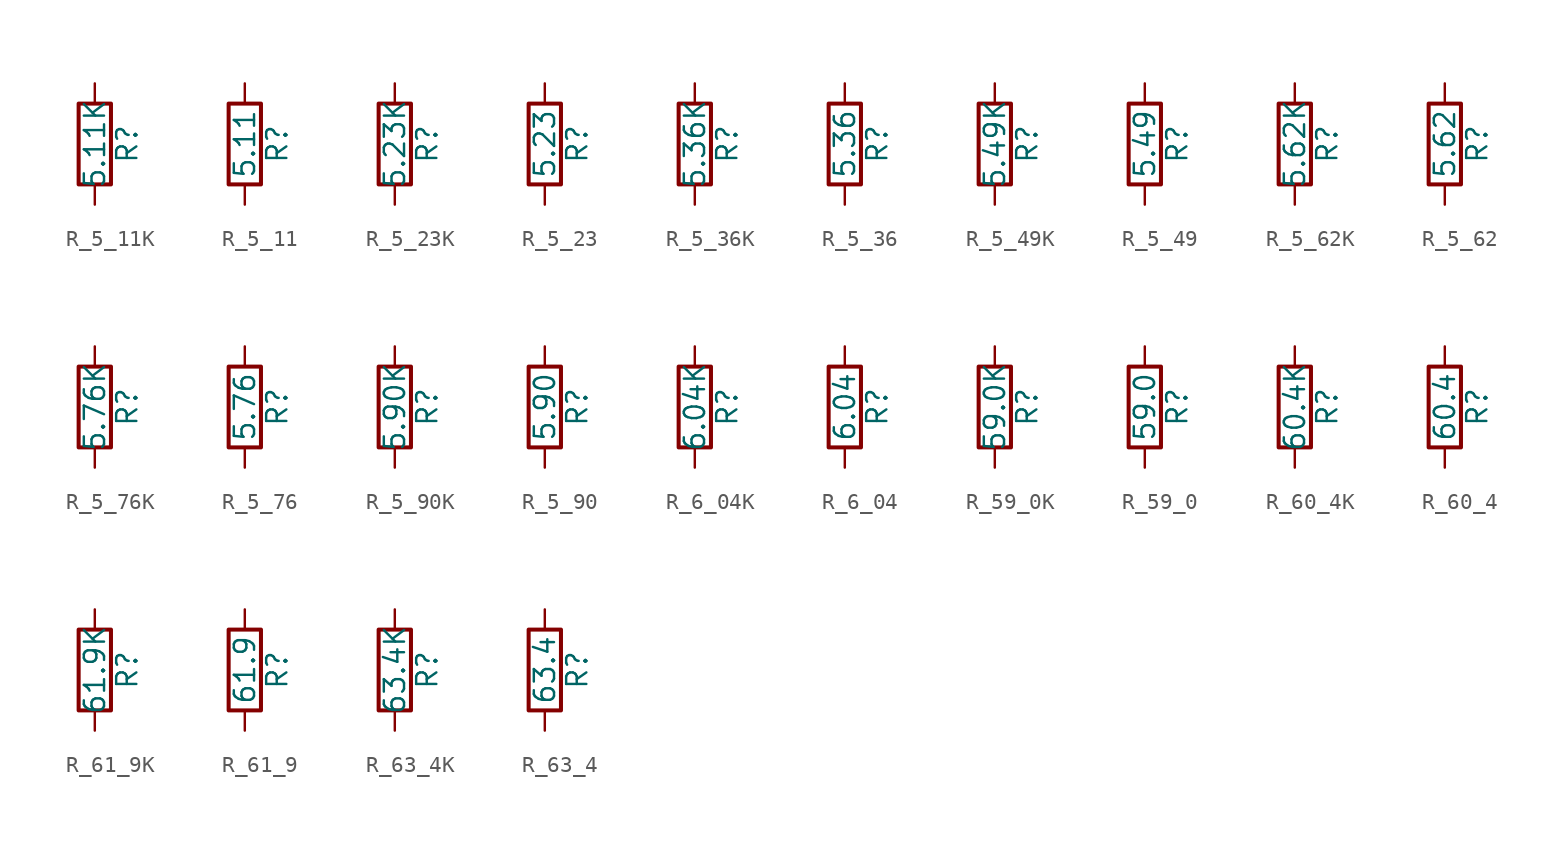
<source format=kicad_sym>
(kicad_symbol_lib
  (version 20211014)
  (generator atlantix-eda)
  (symbol "R_5_11K"
    (pin_numbers hide)
    (pin_names
      (offset 0))
    (property "Reference" "R"
      (at 2.032 0 90)
      (effects (font (size 1.27 1.27))))
    (property "Value" "5.11K"
      (at 0 0 90)
      (effects (font (size 1.27 1.27))))
    (symbol "R_5_11K_0_1"
      (rectangle (start -1.016 -2.54) (end 1.016 2.54) (stroke (width 0.254) (type default) (color 0 0 0 0)) (fill (type none))))
    (symbol "R_5_11K_1_1"
      (pin passive line (at 0 3.81 270) (length 1.27) (name "~" (effects (font (size 1.27 1.27)))) (number "1" (effects (font (size 1.27 1.27)))))
      (pin passive line (at 0 -3.81 90) (length 1.27) (name "~" (effects (font (size 1.27 1.27)))) (number "2" (effects (font (size 1.27 1.27)))))))
  (symbol "R_5_11"
    (pin_numbers hide)
    (pin_names
      (offset 0))
    (property "Reference" "R"
      (at 2.032 0 90)
      (effects (font (size 1.27 1.27))))
    (property "Value" "5.11"
      (at 0 0 90)
      (effects (font (size 1.27 1.27))))
    (symbol "R_5_11_0_1"
      (rectangle (start -1.016 -2.54) (end 1.016 2.54) (stroke (width 0.254) (type default) (color 0 0 0 0)) (fill (type none))))
    (symbol "R_5_11_1_1"
      (pin passive line (at 0 3.81 270) (length 1.27) (name "~" (effects (font (size 1.27 1.27)))) (number "1" (effects (font (size 1.27 1.27)))))
      (pin passive line (at 0 -3.81 90) (length 1.27) (name "~" (effects (font (size 1.27 1.27)))) (number "2" (effects (font (size 1.27 1.27)))))))
  (symbol "R_5_23K"
    (pin_numbers hide)
    (pin_names
      (offset 0))
    (property "Reference" "R"
      (at 2.032 0 90)
      (effects (font (size 1.27 1.27))))
    (property "Value" "5.23K"
      (at 0 0 90)
      (effects (font (size 1.27 1.27))))
    (symbol "R_5_23K_0_1"
      (rectangle (start -1.016 -2.54) (end 1.016 2.54) (stroke (width 0.254) (type default) (color 0 0 0 0)) (fill (type none))))
    (symbol "R_5_23K_1_1"
      (pin passive line (at 0 3.81 270) (length 1.27) (name "~" (effects (font (size 1.27 1.27)))) (number "1" (effects (font (size 1.27 1.27)))))
      (pin passive line (at 0 -3.81 90) (length 1.27) (name "~" (effects (font (size 1.27 1.27)))) (number "2" (effects (font (size 1.27 1.27)))))))
  (symbol "R_5_23"
    (pin_numbers hide)
    (pin_names
      (offset 0))
    (property "Reference" "R"
      (at 2.032 0 90)
      (effects (font (size 1.27 1.27))))
    (property "Value" "5.23"
      (at 0 0 90)
      (effects (font (size 1.27 1.27))))
    (symbol "R_5_23_0_1"
      (rectangle (start -1.016 -2.54) (end 1.016 2.54) (stroke (width 0.254) (type default) (color 0 0 0 0)) (fill (type none))))
    (symbol "R_5_23_1_1"
      (pin passive line (at 0 3.81 270) (length 1.27) (name "~" (effects (font (size 1.27 1.27)))) (number "1" (effects (font (size 1.27 1.27)))))
      (pin passive line (at 0 -3.81 90) (length 1.27) (name "~" (effects (font (size 1.27 1.27)))) (number "2" (effects (font (size 1.27 1.27)))))))
  (symbol "R_5_36K"
    (pin_numbers hide)
    (pin_names
      (offset 0))
    (property "Reference" "R"
      (at 2.032 0 90)
      (effects (font (size 1.27 1.27))))
    (property "Value" "5.36K"
      (at 0 0 90)
      (effects (font (size 1.27 1.27))))
    (symbol "R_5_36K_0_1"
      (rectangle (start -1.016 -2.54) (end 1.016 2.54) (stroke (width 0.254) (type default) (color 0 0 0 0)) (fill (type none))))
    (symbol "R_5_36K_1_1"
      (pin passive line (at 0 3.81 270) (length 1.27) (name "~" (effects (font (size 1.27 1.27)))) (number "1" (effects (font (size 1.27 1.27)))))
      (pin passive line (at 0 -3.81 90) (length 1.27) (name "~" (effects (font (size 1.27 1.27)))) (number "2" (effects (font (size 1.27 1.27)))))))
  (symbol "R_5_36"
    (pin_numbers hide)
    (pin_names
      (offset 0))
    (property "Reference" "R"
      (at 2.032 0 90)
      (effects (font (size 1.27 1.27))))
    (property "Value" "5.36"
      (at 0 0 90)
      (effects (font (size 1.27 1.27))))
    (symbol "R_5_36_0_1"
      (rectangle (start -1.016 -2.54) (end 1.016 2.54) (stroke (width 0.254) (type default) (color 0 0 0 0)) (fill (type none))))
    (symbol "R_5_36_1_1"
      (pin passive line (at 0 3.81 270) (length 1.27) (name "~" (effects (font (size 1.27 1.27)))) (number "1" (effects (font (size 1.27 1.27)))))
      (pin passive line (at 0 -3.81 90) (length 1.27) (name "~" (effects (font (size 1.27 1.27)))) (number "2" (effects (font (size 1.27 1.27)))))))
  (symbol "R_5_49K"
    (pin_numbers hide)
    (pin_names
      (offset 0))
    (property "Reference" "R"
      (at 2.032 0 90)
      (effects (font (size 1.27 1.27))))
    (property "Value" "5.49K"
      (at 0 0 90)
      (effects (font (size 1.27 1.27))))
    (symbol "R_5_49K_0_1"
      (rectangle (start -1.016 -2.54) (end 1.016 2.54) (stroke (width 0.254) (type default) (color 0 0 0 0)) (fill (type none))))
    (symbol "R_5_49K_1_1"
      (pin passive line (at 0 3.81 270) (length 1.27) (name "~" (effects (font (size 1.27 1.27)))) (number "1" (effects (font (size 1.27 1.27)))))
      (pin passive line (at 0 -3.81 90) (length 1.27) (name "~" (effects (font (size 1.27 1.27)))) (number "2" (effects (font (size 1.27 1.27)))))))
  (symbol "R_5_49"
    (pin_numbers hide)
    (pin_names
      (offset 0))
    (property "Reference" "R"
      (at 2.032 0 90)
      (effects (font (size 1.27 1.27))))
    (property "Value" "5.49"
      (at 0 0 90)
      (effects (font (size 1.27 1.27))))
    (symbol "R_5_49_0_1"
      (rectangle (start -1.016 -2.54) (end 1.016 2.54) (stroke (width 0.254) (type default) (color 0 0 0 0)) (fill (type none))))
    (symbol "R_5_49_1_1"
      (pin passive line (at 0 3.81 270) (length 1.27) (name "~" (effects (font (size 1.27 1.27)))) (number "1" (effects (font (size 1.27 1.27)))))
      (pin passive line (at 0 -3.81 90) (length 1.27) (name "~" (effects (font (size 1.27 1.27)))) (number "2" (effects (font (size 1.27 1.27)))))))
  (symbol "R_5_62K"
    (pin_numbers hide)
    (pin_names
      (offset 0))
    (property "Reference" "R"
      (at 2.032 0 90)
      (effects (font (size 1.27 1.27))))
    (property "Value" "5.62K"
      (at 0 0 90)
      (effects (font (size 1.27 1.27))))
    (symbol "R_5_62K_0_1"
      (rectangle (start -1.016 -2.54) (end 1.016 2.54) (stroke (width 0.254) (type default) (color 0 0 0 0)) (fill (type none))))
    (symbol "R_5_62K_1_1"
      (pin passive line (at 0 3.81 270) (length 1.27) (name "~" (effects (font (size 1.27 1.27)))) (number "1" (effects (font (size 1.27 1.27)))))
      (pin passive line (at 0 -3.81 90) (length 1.27) (name "~" (effects (font (size 1.27 1.27)))) (number "2" (effects (font (size 1.27 1.27)))))))
  (symbol "R_5_62"
    (pin_numbers hide)
    (pin_names
      (offset 0))
    (property "Reference" "R"
      (at 2.032 0 90)
      (effects (font (size 1.27 1.27))))
    (property "Value" "5.62"
      (at 0 0 90)
      (effects (font (size 1.27 1.27))))
    (symbol "R_5_62_0_1"
      (rectangle (start -1.016 -2.54) (end 1.016 2.54) (stroke (width 0.254) (type default) (color 0 0 0 0)) (fill (type none))))
    (symbol "R_5_62_1_1"
      (pin passive line (at 0 3.81 270) (length 1.27) (name "~" (effects (font (size 1.27 1.27)))) (number "1" (effects (font (size 1.27 1.27)))))
      (pin passive line (at 0 -3.81 90) (length 1.27) (name "~" (effects (font (size 1.27 1.27)))) (number "2" (effects (font (size 1.27 1.27)))))))
  (symbol "R_5_76K"
    (pin_numbers hide)
    (pin_names
      (offset 0))
    (property "Reference" "R"
      (at 2.032 0 90)
      (effects (font (size 1.27 1.27))))
    (property "Value" "5.76K"
      (at 0 0 90)
      (effects (font (size 1.27 1.27))))
    (symbol "R_5_76K_0_1"
      (rectangle (start -1.016 -2.54) (end 1.016 2.54) (stroke (width 0.254) (type default) (color 0 0 0 0)) (fill (type none))))
    (symbol "R_5_76K_1_1"
      (pin passive line (at 0 3.81 270) (length 1.27) (name "~" (effects (font (size 1.27 1.27)))) (number "1" (effects (font (size 1.27 1.27)))))
      (pin passive line (at 0 -3.81 90) (length 1.27) (name "~" (effects (font (size 1.27 1.27)))) (number "2" (effects (font (size 1.27 1.27)))))))
  (symbol "R_5_76"
    (pin_numbers hide)
    (pin_names
      (offset 0))
    (property "Reference" "R"
      (at 2.032 0 90)
      (effects (font (size 1.27 1.27))))
    (property "Value" "5.76"
      (at 0 0 90)
      (effects (font (size 1.27 1.27))))
    (symbol "R_5_76_0_1"
      (rectangle (start -1.016 -2.54) (end 1.016 2.54) (stroke (width 0.254) (type default) (color 0 0 0 0)) (fill (type none))))
    (symbol "R_5_76_1_1"
      (pin passive line (at 0 3.81 270) (length 1.27) (name "~" (effects (font (size 1.27 1.27)))) (number "1" (effects (font (size 1.27 1.27)))))
      (pin passive line (at 0 -3.81 90) (length 1.27) (name "~" (effects (font (size 1.27 1.27)))) (number "2" (effects (font (size 1.27 1.27)))))))
  (symbol "R_5_90K"
    (pin_numbers hide)
    (pin_names
      (offset 0))
    (property "Reference" "R"
      (at 2.032 0 90)
      (effects (font (size 1.27 1.27))))
    (property "Value" "5.90K"
      (at 0 0 90)
      (effects (font (size 1.27 1.27))))
    (symbol "R_5_90K_0_1"
      (rectangle (start -1.016 -2.54) (end 1.016 2.54) (stroke (width 0.254) (type default) (color 0 0 0 0)) (fill (type none))))
    (symbol "R_5_90K_1_1"
      (pin passive line (at 0 3.81 270) (length 1.27) (name "~" (effects (font (size 1.27 1.27)))) (number "1" (effects (font (size 1.27 1.27)))))
      (pin passive line (at 0 -3.81 90) (length 1.27) (name "~" (effects (font (size 1.27 1.27)))) (number "2" (effects (font (size 1.27 1.27)))))))
  (symbol "R_5_90"
    (pin_numbers hide)
    (pin_names
      (offset 0))
    (property "Reference" "R"
      (at 2.032 0 90)
      (effects (font (size 1.27 1.27))))
    (property "Value" "5.90"
      (at 0 0 90)
      (effects (font (size 1.27 1.27))))
    (symbol "R_5_90_0_1"
      (rectangle (start -1.016 -2.54) (end 1.016 2.54) (stroke (width 0.254) (type default) (color 0 0 0 0)) (fill (type none))))
    (symbol "R_5_90_1_1"
      (pin passive line (at 0 3.81 270) (length 1.27) (name "~" (effects (font (size 1.27 1.27)))) (number "1" (effects (font (size 1.27 1.27)))))
      (pin passive line (at 0 -3.81 90) (length 1.27) (name "~" (effects (font (size 1.27 1.27)))) (number "2" (effects (font (size 1.27 1.27)))))))
  (symbol "R_6_04K"
    (pin_numbers hide)
    (pin_names
      (offset 0))
    (property "Reference" "R"
      (at 2.032 0 90)
      (effects (font (size 1.27 1.27))))
    (property "Value" "6.04K"
      (at 0 0 90)
      (effects (font (size 1.27 1.27))))
    (symbol "R_6_04K_0_1"
      (rectangle (start -1.016 -2.54) (end 1.016 2.54) (stroke (width 0.254) (type default) (color 0 0 0 0)) (fill (type none))))
    (symbol "R_6_04K_1_1"
      (pin passive line (at 0 3.81 270) (length 1.27) (name "~" (effects (font (size 1.27 1.27)))) (number "1" (effects (font (size 1.27 1.27)))))
      (pin passive line (at 0 -3.81 90) (length 1.27) (name "~" (effects (font (size 1.27 1.27)))) (number "2" (effects (font (size 1.27 1.27)))))))
  (symbol "R_6_04"
    (pin_numbers hide)
    (pin_names
      (offset 0))
    (property "Reference" "R"
      (at 2.032 0 90)
      (effects (font (size 1.27 1.27))))
    (property "Value" "6.04"
      (at 0 0 90)
      (effects (font (size 1.27 1.27))))
    (symbol "R_6_04_0_1"
      (rectangle (start -1.016 -2.54) (end 1.016 2.54) (stroke (width 0.254) (type default) (color 0 0 0 0)) (fill (type none))))
    (symbol "R_6_04_1_1"
      (pin passive line (at 0 3.81 270) (length 1.27) (name "~" (effects (font (size 1.27 1.27)))) (number "1" (effects (font (size 1.27 1.27)))))
      (pin passive line (at 0 -3.81 90) (length 1.27) (name "~" (effects (font (size 1.27 1.27)))) (number "2" (effects (font (size 1.27 1.27)))))))
  (symbol "R_59_0K"
    (pin_numbers hide)
    (pin_names
      (offset 0))
    (property "Reference" "R"
      (at 2.032 0 90)
      (effects (font (size 1.27 1.27))))
    (property "Value" "59.0K"
      (at 0 0 90)
      (effects (font (size 1.27 1.27))))
    (symbol "R_59_0K_0_1"
      (rectangle (start -1.016 -2.54) (end 1.016 2.54) (stroke (width 0.254) (type default) (color 0 0 0 0)) (fill (type none))))
    (symbol "R_59_0K_1_1"
      (pin passive line (at 0 3.81 270) (length 1.27) (name "~" (effects (font (size 1.27 1.27)))) (number "1" (effects (font (size 1.27 1.27)))))
      (pin passive line (at 0 -3.81 90) (length 1.27) (name "~" (effects (font (size 1.27 1.27)))) (number "2" (effects (font (size 1.27 1.27)))))))
  (symbol "R_59_0"
    (pin_numbers hide)
    (pin_names
      (offset 0))
    (property "Reference" "R"
      (at 2.032 0 90)
      (effects (font (size 1.27 1.27))))
    (property "Value" "59.0"
      (at 0 0 90)
      (effects (font (size 1.27 1.27))))
    (symbol "R_59_0_0_1"
      (rectangle (start -1.016 -2.54) (end 1.016 2.54) (stroke (width 0.254) (type default) (color 0 0 0 0)) (fill (type none))))
    (symbol "R_59_0_1_1"
      (pin passive line (at 0 3.81 270) (length 1.27) (name "~" (effects (font (size 1.27 1.27)))) (number "1" (effects (font (size 1.27 1.27)))))
      (pin passive line (at 0 -3.81 90) (length 1.27) (name "~" (effects (font (size 1.27 1.27)))) (number "2" (effects (font (size 1.27 1.27)))))))
  (symbol "R_60_4K"
    (pin_numbers hide)
    (pin_names
      (offset 0))
    (property "Reference" "R"
      (at 2.032 0 90)
      (effects (font (size 1.27 1.27))))
    (property "Value" "60.4K"
      (at 0 0 90)
      (effects (font (size 1.27 1.27))))
    (symbol "R_60_4K_0_1"
      (rectangle (start -1.016 -2.54) (end 1.016 2.54) (stroke (width 0.254) (type default) (color 0 0 0 0)) (fill (type none))))
    (symbol "R_60_4K_1_1"
      (pin passive line (at 0 3.81 270) (length 1.27) (name "~" (effects (font (size 1.27 1.27)))) (number "1" (effects (font (size 1.27 1.27)))))
      (pin passive line (at 0 -3.81 90) (length 1.27) (name "~" (effects (font (size 1.27 1.27)))) (number "2" (effects (font (size 1.27 1.27)))))))
  (symbol "R_60_4"
    (pin_numbers hide)
    (pin_names
      (offset 0))
    (property "Reference" "R"
      (at 2.032 0 90)
      (effects (font (size 1.27 1.27))))
    (property "Value" "60.4"
      (at 0 0 90)
      (effects (font (size 1.27 1.27))))
    (symbol "R_60_4_0_1"
      (rectangle (start -1.016 -2.54) (end 1.016 2.54) (stroke (width 0.254) (type default) (color 0 0 0 0)) (fill (type none))))
    (symbol "R_60_4_1_1"
      (pin passive line (at 0 3.81 270) (length 1.27) (name "~" (effects (font (size 1.27 1.27)))) (number "1" (effects (font (size 1.27 1.27)))))
      (pin passive line (at 0 -3.81 90) (length 1.27) (name "~" (effects (font (size 1.27 1.27)))) (number "2" (effects (font (size 1.27 1.27)))))))
  (symbol "R_61_9K"
    (pin_numbers hide)
    (pin_names
      (offset 0))
    (property "Reference" "R"
      (at 2.032 0 90)
      (effects (font (size 1.27 1.27))))
    (property "Value" "61.9K"
      (at 0 0 90)
      (effects (font (size 1.27 1.27))))
    (symbol "R_61_9K_0_1"
      (rectangle (start -1.016 -2.54) (end 1.016 2.54) (stroke (width 0.254) (type default) (color 0 0 0 0)) (fill (type none))))
    (symbol "R_61_9K_1_1"
      (pin passive line (at 0 3.81 270) (length 1.27) (name "~" (effects (font (size 1.27 1.27)))) (number "1" (effects (font (size 1.27 1.27)))))
      (pin passive line (at 0 -3.81 90) (length 1.27) (name "~" (effects (font (size 1.27 1.27)))) (number "2" (effects (font (size 1.27 1.27)))))))
  (symbol "R_61_9"
    (pin_numbers hide)
    (pin_names
      (offset 0))
    (property "Reference" "R"
      (at 2.032 0 90)
      (effects (font (size 1.27 1.27))))
    (property "Value" "61.9"
      (at 0 0 90)
      (effects (font (size 1.27 1.27))))
    (symbol "R_61_9_0_1"
      (rectangle (start -1.016 -2.54) (end 1.016 2.54) (stroke (width 0.254) (type default) (color 0 0 0 0)) (fill (type none))))
    (symbol "R_61_9_1_1"
      (pin passive line (at 0 3.81 270) (length 1.27) (name "~" (effects (font (size 1.27 1.27)))) (number "1" (effects (font (size 1.27 1.27)))))
      (pin passive line (at 0 -3.81 90) (length 1.27) (name "~" (effects (font (size 1.27 1.27)))) (number "2" (effects (font (size 1.27 1.27)))))))
  (symbol "R_63_4K"
    (pin_numbers hide)
    (pin_names
      (offset 0))
    (property "Reference" "R"
      (at 2.032 0 90)
      (effects (font (size 1.27 1.27))))
    (property "Value" "63.4K"
      (at 0 0 90)
      (effects (font (size 1.27 1.27))))
    (symbol "R_63_4K_0_1"
      (rectangle (start -1.016 -2.54) (end 1.016 2.54) (stroke (width 0.254) (type default) (color 0 0 0 0)) (fill (type none))))
    (symbol "R_63_4K_1_1"
      (pin passive line (at 0 3.81 270) (length 1.27) (name "~" (effects (font (size 1.27 1.27)))) (number "1" (effects (font (size 1.27 1.27)))))
      (pin passive line (at 0 -3.81 90) (length 1.27) (name "~" (effects (font (size 1.27 1.27)))) (number "2" (effects (font (size 1.27 1.27)))))))
  (symbol "R_63_4"
    (pin_numbers hide)
    (pin_names
      (offset 0))
    (property "Reference" "R"
      (at 2.032 0 90)
      (effects (font (size 1.27 1.27))))
    (property "Value" "63.4"
      (at 0 0 90)
      (effects (font (size 1.27 1.27))))
    (symbol "R_63_4_0_1"
      (rectangle (start -1.016 -2.54) (end 1.016 2.54) (stroke (width 0.254) (type default) (color 0 0 0 0)) (fill (type none))))
    (symbol "R_63_4_1_1"
      (pin passive line (at 0 3.81 270) (length 1.27) (name "~" (effects (font (size 1.27 1.27)))) (number "1" (effects (font (size 1.27 1.27)))))
      (pin passive line (at 0 -3.81 90) (length 1.27) (name "~" (effects (font (size 1.27 1.27)))) (number "2" (effects (font (size 1.27 1.27))))))))
</source>
